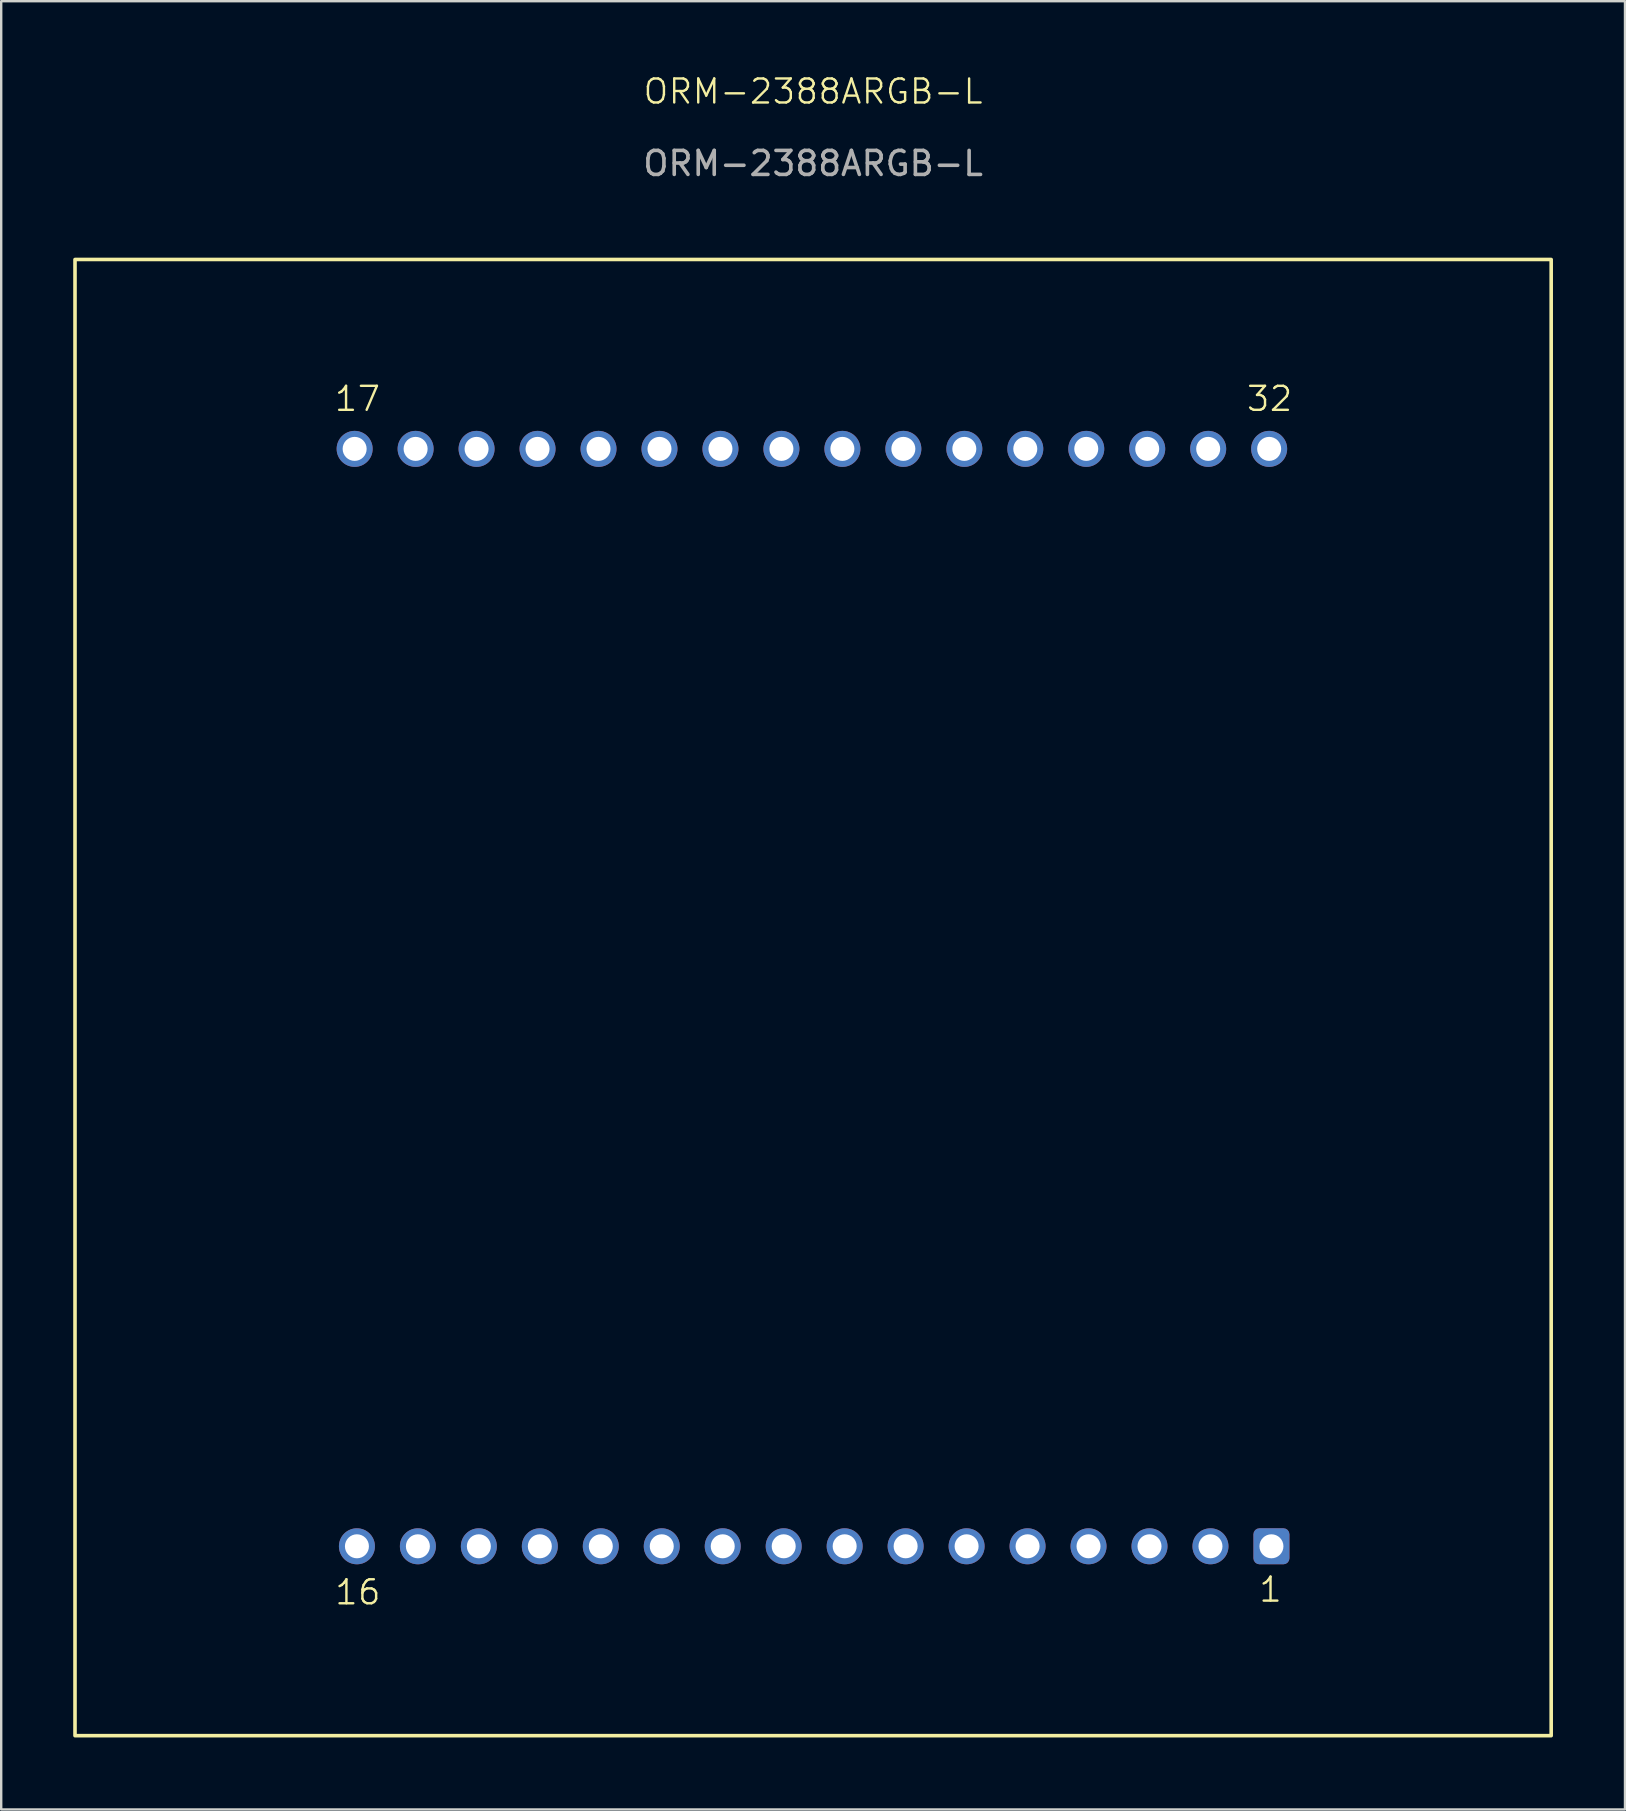
<source format=kicad_pcb>
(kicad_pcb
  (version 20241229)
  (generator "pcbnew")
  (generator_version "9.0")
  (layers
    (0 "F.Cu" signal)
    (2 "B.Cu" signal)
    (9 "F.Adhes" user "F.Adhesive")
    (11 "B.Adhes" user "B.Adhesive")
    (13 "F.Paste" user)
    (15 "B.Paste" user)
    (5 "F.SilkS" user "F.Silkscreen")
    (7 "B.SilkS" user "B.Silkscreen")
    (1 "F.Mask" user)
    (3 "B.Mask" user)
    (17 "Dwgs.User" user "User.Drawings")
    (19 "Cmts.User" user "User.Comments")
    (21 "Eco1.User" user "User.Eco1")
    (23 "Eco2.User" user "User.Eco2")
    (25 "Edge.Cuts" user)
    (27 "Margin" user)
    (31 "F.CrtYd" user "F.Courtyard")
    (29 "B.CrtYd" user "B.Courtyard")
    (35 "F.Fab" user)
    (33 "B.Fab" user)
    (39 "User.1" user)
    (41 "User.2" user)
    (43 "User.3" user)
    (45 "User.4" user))
  (footprint "ORM-2388ARGB-L"
    (layer "F.Cu")
    (at 30.825 9.761)
    (property "Reference" "ORM-2388ARGB-L" (at 0 -9 0) (unlocked yes) (layer "F.SilkS") (effects (font (size 1 1) (thickness 0.1))))
    (attr through_hole)
    (fp_rect (start -30.75 -2) (end 30.75 59.5) (stroke (width 0.15) (type default)) (fill no) (layer "F.SilkS"))
    (fp_text user "16" (at -19.985 54.11 0) (unlocked yes) (layer "F.SilkS") (effects (font (size 1 1) (thickness 0.1)) (justify left bottom)))
    (fp_text user "32" (at 18 4.39 0) (unlocked yes) (layer "F.SilkS") (effects (font (size 1 1) (thickness 0.1)) (justify left bottom)))
    (fp_text user "1" (at 18.515 54 0) (unlocked yes) (layer "F.SilkS") (effects (font (size 1 1) (thickness 0.1)) (justify left bottom)))
    (fp_text user "17" (at -20 4.39 0) (unlocked yes) (layer "F.SilkS") (effects (font (size 1 1) (thickness 0.1)) (justify left bottom)))
    (fp_text user "${REFERENCE}" (at 0 -6 0) (unlocked yes) (layer "F.Fab") (effects (font (size 1 1) (thickness 0.15))))
    (pad "1" thru_hole roundrect (at 19.095 51.61) (size 1.5 1.5) (drill 1) (layers "*.Cu" "*.Mask") (roundrect_rratio 0.167))
    (pad "2" thru_hole circle (at 16.555 51.61) (size 1.5 1.5) (drill 1) (layers "*.Cu" "*.Mask"))
    (pad "3" thru_hole circle (at 14.015 51.61) (size 1.5 1.5) (drill 1) (layers "*.Cu" "*.Mask"))
    (pad "4" thru_hole circle (at 11.475 51.61) (size 1.5 1.5) (drill 1) (layers "*.Cu" "*.Mask"))
    (pad "5" thru_hole circle (at 8.935 51.61) (size 1.5 1.5) (drill 1) (layers "*.Cu" "*.Mask"))
    (pad "6" thru_hole circle (at 6.395 51.61) (size 1.5 1.5) (drill 1) (layers "*.Cu" "*.Mask"))
    (pad "7" thru_hole circle (at 3.855 51.61) (size 1.5 1.5) (drill 1) (layers "*.Cu" "*.Mask"))
    (pad "8" thru_hole circle (at 1.315 51.61) (size 1.5 1.5) (drill 1) (layers "*.Cu" "*.Mask"))
    (pad "9" thru_hole circle (at -1.225 51.61) (size 1.5 1.5) (drill 1) (layers "*.Cu" "*.Mask"))
    (pad "10" thru_hole circle (at -3.765 51.61) (size 1.5 1.5) (drill 1) (layers "*.Cu" "*.Mask"))
    (pad "11" thru_hole circle (at -6.305 51.61) (size 1.5 1.5) (drill 1) (layers "*.Cu" "*.Mask"))
    (pad "12" thru_hole circle (at -8.845 51.61) (size 1.5 1.5) (drill 1) (layers "*.Cu" "*.Mask"))
    (pad "13" thru_hole circle (at -11.385 51.61) (size 1.5 1.5) (drill 1) (layers "*.Cu" "*.Mask"))
    (pad "14" thru_hole circle (at -13.925 51.61) (size 1.5 1.5) (drill 1) (layers "*.Cu" "*.Mask"))
    (pad "15" thru_hole circle (at -16.465 51.61) (size 1.5 1.5) (drill 1) (layers "*.Cu" "*.Mask"))
    (pad "16" thru_hole circle (at -19.005 51.61) (size 1.5 1.5) (drill 1) (layers "*.Cu" "*.Mask"))
    (pad "17" thru_hole circle (at -19.1 5.89) (size 1.5 1.5) (drill 1) (layers "*.Cu" "*.Mask"))
    (pad "18" thru_hole circle (at -16.56 5.89) (size 1.5 1.5) (drill 1) (layers "*.Cu" "*.Mask"))
    (pad "19" thru_hole circle (at -14.02 5.89) (size 1.5 1.5) (drill 1) (layers "*.Cu" "*.Mask"))
    (pad "20" thru_hole circle (at -11.48 5.89) (size 1.5 1.5) (drill 1) (layers "*.Cu" "*.Mask"))
    (pad "21" thru_hole circle (at -8.94 5.89) (size 1.5 1.5) (drill 1) (layers "*.Cu" "*.Mask"))
    (pad "22" thru_hole circle (at -6.4 5.89) (size 1.5 1.5) (drill 1) (layers "*.Cu" "*.Mask"))
    (pad "23" thru_hole circle (at -3.86 5.89) (size 1.5 1.5) (drill 1) (layers "*.Cu" "*.Mask"))
    (pad "24" thru_hole circle (at -1.32 5.89) (size 1.5 1.5) (drill 1) (layers "*.Cu" "*.Mask"))
    (pad "25" thru_hole circle (at 1.22 5.89) (size 1.5 1.5) (drill 1) (layers "*.Cu" "*.Mask"))
    (pad "26" thru_hole circle (at 3.76 5.89) (size 1.5 1.5) (drill 1) (layers "*.Cu" "*.Mask"))
    (pad "27" thru_hole circle (at 6.3 5.89) (size 1.5 1.5) (drill 1) (layers "*.Cu" "*.Mask"))
    (pad "28" thru_hole circle (at 8.84 5.89) (size 1.5 1.5) (drill 1) (layers "*.Cu" "*.Mask"))
    (pad "29" thru_hole circle (at 11.38 5.89) (size 1.5 1.5) (drill 1) (layers "*.Cu" "*.Mask"))
    (pad "30" thru_hole circle (at 13.92 5.89) (size 1.5 1.5) (drill 1) (layers "*.Cu" "*.Mask"))
    (pad "31" thru_hole circle (at 16.46 5.89) (size 1.5 1.5) (drill 1) (layers "*.Cu" "*.Mask"))
    (pad "32" thru_hole circle (at 19 5.89) (size 1.5 1.5) (drill 1) (layers "*.Cu" "*.Mask")))
  (gr_rect
    (start -3 -3)
    (end 64.65 72.335)
    (stroke (width 0.1) (type default))
    (fill no)
    (layer "Edge.Cuts")))
</source>
